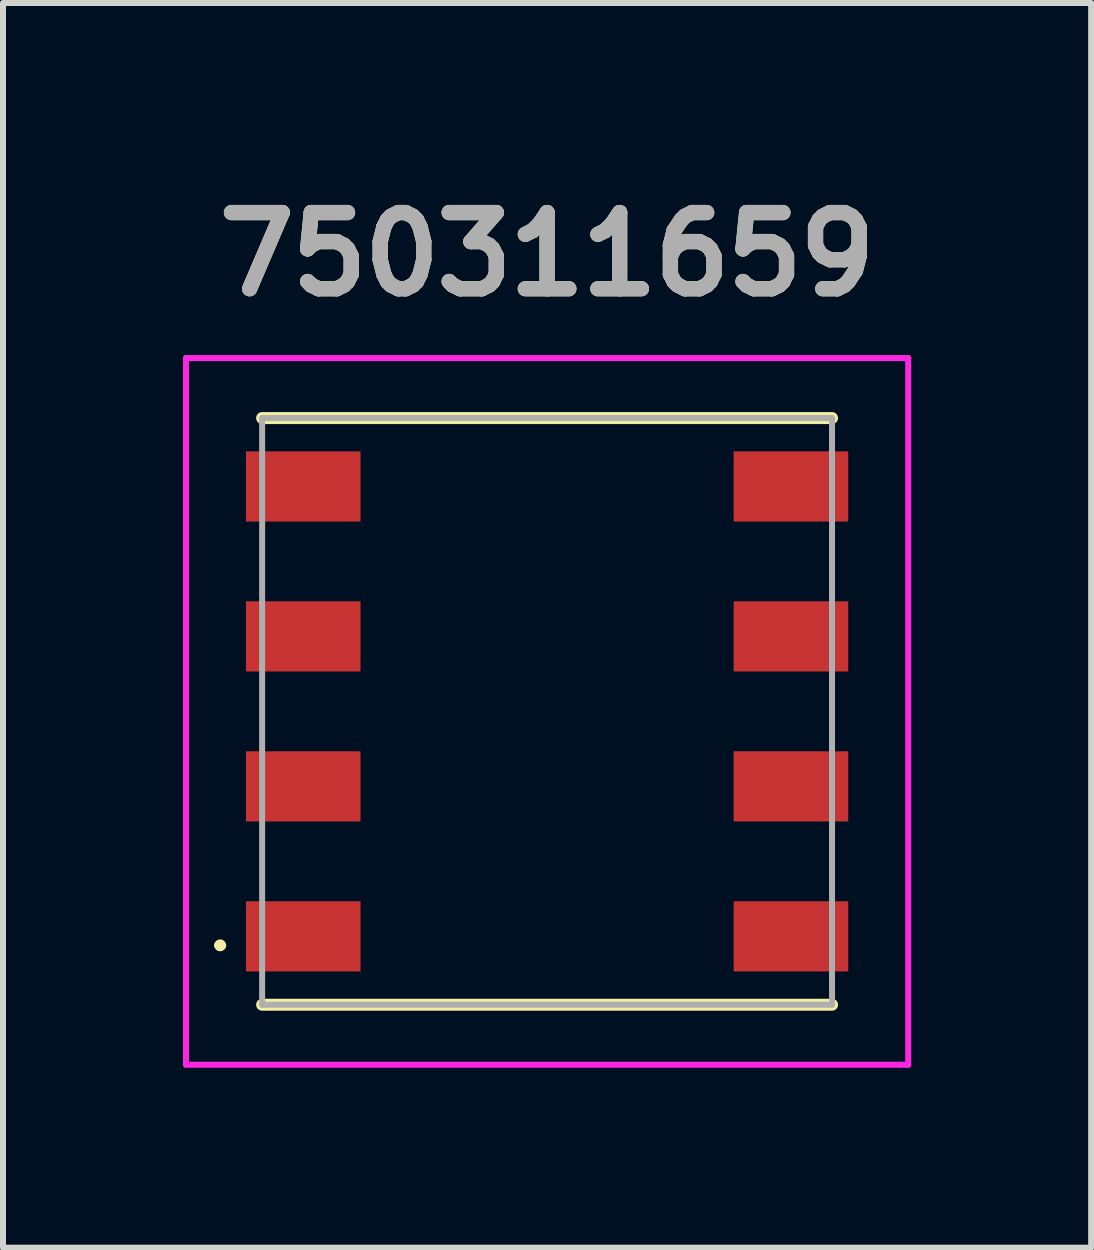
<source format=kicad_pcb>
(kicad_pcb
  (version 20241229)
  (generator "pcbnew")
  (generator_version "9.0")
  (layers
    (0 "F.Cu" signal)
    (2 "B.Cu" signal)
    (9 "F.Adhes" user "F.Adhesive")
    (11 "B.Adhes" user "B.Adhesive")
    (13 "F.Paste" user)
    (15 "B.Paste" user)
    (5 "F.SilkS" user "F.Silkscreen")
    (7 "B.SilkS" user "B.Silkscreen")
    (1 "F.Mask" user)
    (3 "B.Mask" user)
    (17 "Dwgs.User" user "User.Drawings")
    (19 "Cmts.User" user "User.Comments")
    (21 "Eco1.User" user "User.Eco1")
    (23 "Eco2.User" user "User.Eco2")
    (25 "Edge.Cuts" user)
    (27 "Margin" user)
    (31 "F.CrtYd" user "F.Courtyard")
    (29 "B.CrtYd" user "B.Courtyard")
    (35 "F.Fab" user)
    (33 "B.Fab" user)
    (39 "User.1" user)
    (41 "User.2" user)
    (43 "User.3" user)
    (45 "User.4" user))
  (footprint "750311659"
    (layer "F.Cu")
    (at 6.07 8.809)
    (property "Reference" "750311659" (at 0 -7.62 0) (layer "F.SilkS") (effects (font (size 1.27 1.27) (thickness 0.254))))
    (attr smd)
    (fp_line (start -5.5 3.9) (end -5.5 3.9) (stroke (width 0.1) (type solid)) (layer "F.SilkS"))
    (fp_line (start -5.4 3.9) (end -5.4 3.9) (stroke (width 0.1) (type solid)) (layer "F.SilkS"))
    (fp_line (start -4.75 -4.89) (end 4.75 -4.89) (stroke (width 0.2) (type solid)) (layer "F.SilkS"))
    (fp_line (start -4.75 4.89) (end 4.75 4.89) (stroke (width 0.2) (type solid)) (layer "F.SilkS"))
    (fp_arc (start -5.5 3.9) (mid -5.45 3.85) (end -5.4 3.9) (stroke (width 0.1) (type solid)) (layer "F.SilkS"))
    (fp_arc (start -5.4 3.9) (mid -5.45 3.95) (end -5.5 3.9) (stroke (width 0.1) (type solid)) (layer "F.SilkS"))
    (fp_line (start -6.02 -5.89) (end 6.02 -5.89) (stroke (width 0.1) (type solid)) (layer "F.CrtYd"))
    (fp_line (start -6.02 5.89) (end -6.02 -5.89) (stroke (width 0.1) (type solid)) (layer "F.CrtYd"))
    (fp_line (start 6.02 -5.89) (end 6.02 5.89) (stroke (width 0.1) (type solid)) (layer "F.CrtYd"))
    (fp_line (start 6.02 5.89) (end -6.02 5.89) (stroke (width 0.1) (type solid)) (layer "F.CrtYd"))
    (fp_line (start -4.75 -4.89) (end 4.75 -4.89) (stroke (width 0.1) (type solid)) (layer "F.Fab"))
    (fp_line (start -4.75 4.89) (end -4.75 -4.89) (stroke (width 0.1) (type solid)) (layer "F.Fab"))
    (fp_line (start 4.75 -4.89) (end 4.75 4.89) (stroke (width 0.1) (type solid)) (layer "F.Fab"))
    (fp_line (start 4.75 4.89) (end -4.75 4.89) (stroke (width 0.1) (type solid)) (layer "F.Fab"))
    (fp_text user "${REFERENCE}" (at 0 -7.62 0) (layer "F.Fab") (effects (font (size 1.27 1.27) (thickness 0.254))))
    (pad "1" smd rect (at -4.065 3.75 90) (size 1.17 1.91) (layers "F.Cu" "F.Mask" "F.Paste"))
    (pad "2" smd rect (at -4.065 1.25 90) (size 1.17 1.91) (layers "F.Cu" "F.Mask" "F.Paste"))
    (pad "3" smd rect (at -4.065 -1.25 90) (size 1.17 1.91) (layers "F.Cu" "F.Mask" "F.Paste"))
    (pad "4" smd rect (at -4.065 -3.75 90) (size 1.17 1.91) (layers "F.Cu" "F.Mask" "F.Paste"))
    (pad "5" smd rect (at 4.065 -3.75 90) (size 1.17 1.91) (layers "F.Cu" "F.Mask" "F.Paste"))
    (pad "6" smd rect (at 4.065 -1.25 90) (size 1.17 1.91) (layers "F.Cu" "F.Mask" "F.Paste"))
    (pad "7" smd rect (at 4.065 1.25 90) (size 1.17 1.91) (layers "F.Cu" "F.Mask" "F.Paste"))
    (pad "8" smd rect (at 4.065 3.75 90) (size 1.17 1.91) (layers "F.Cu" "F.Mask" "F.Paste")))
  (gr_rect
    (start -3 -3)
    (end 15.14 17.749)
    (stroke (width 0.1) (type default))
    (fill no)
    (layer "Edge.Cuts")))
</source>
